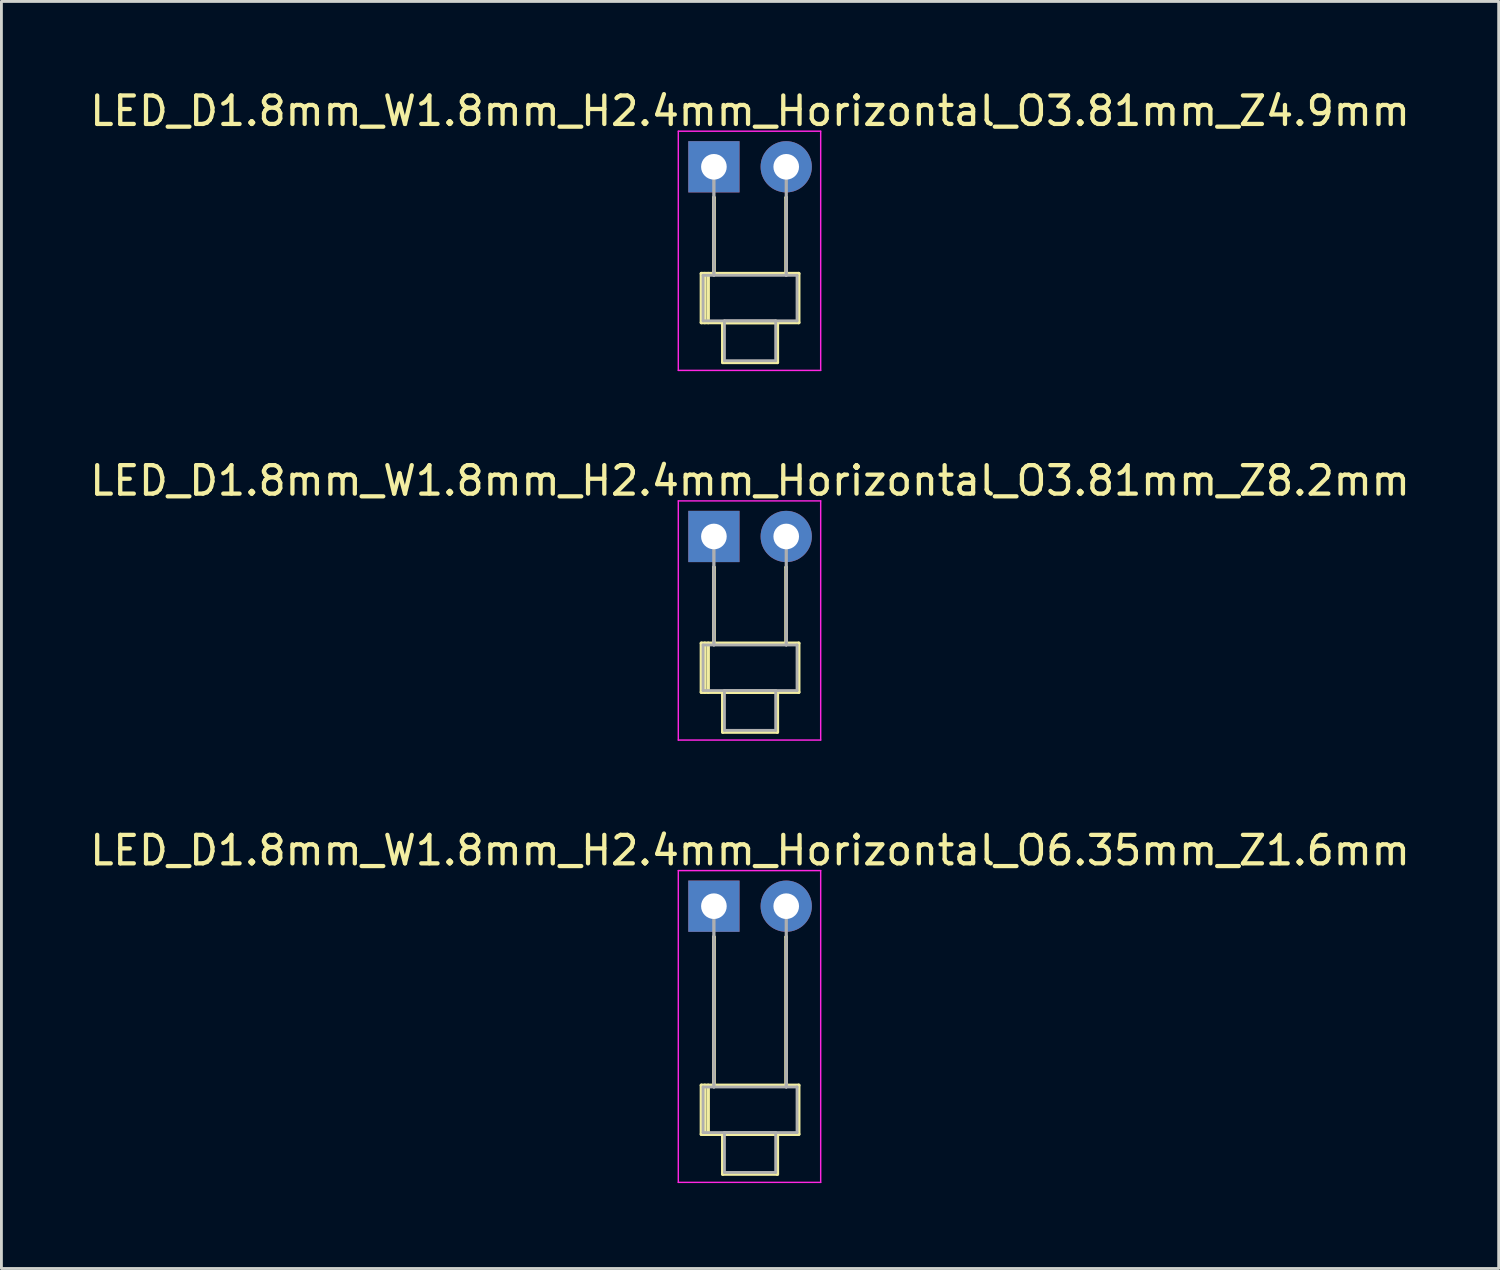
<source format=kicad_pcb>
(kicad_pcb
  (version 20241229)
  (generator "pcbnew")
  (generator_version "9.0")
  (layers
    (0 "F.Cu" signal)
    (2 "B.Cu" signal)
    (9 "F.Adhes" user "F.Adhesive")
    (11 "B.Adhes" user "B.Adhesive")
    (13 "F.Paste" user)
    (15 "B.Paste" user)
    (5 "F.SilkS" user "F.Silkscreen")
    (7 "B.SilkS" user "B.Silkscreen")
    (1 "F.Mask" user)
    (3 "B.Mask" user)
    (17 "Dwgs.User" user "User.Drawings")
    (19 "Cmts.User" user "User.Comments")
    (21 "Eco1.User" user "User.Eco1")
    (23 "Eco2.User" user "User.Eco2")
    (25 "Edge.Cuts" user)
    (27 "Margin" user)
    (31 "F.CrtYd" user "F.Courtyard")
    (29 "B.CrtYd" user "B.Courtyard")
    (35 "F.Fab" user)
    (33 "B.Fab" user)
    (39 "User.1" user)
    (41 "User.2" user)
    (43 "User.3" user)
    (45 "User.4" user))
  (footprint "LED_D1.8mm_W1.8mm_H2.4mm_Horizontal_O3.81mm_Z8.2mm"
    (layer "F.Cu")
    (at 22.022 15.791)
    (property "Reference" "LED_D1.8mm_W1.8mm_H2.4mm_Horizontal_O3.81mm_Z8.2mm" (at 1.27 -1.96 0) (layer "F.SilkS") (effects (font (size 1 1) (thickness 0.15))))
    (attr through_hole)
    (fp_line (start -0.44 3.75) (end -0.44 5.47) (stroke (width 0.12) (type solid)) (layer "F.SilkS"))
    (fp_line (start -0.44 5.47) (end 2.98 5.47) (stroke (width 0.12) (type solid)) (layer "F.SilkS"))
    (fp_line (start -0.32 3.75) (end -0.32 5.47) (stroke (width 0.12) (type solid)) (layer "F.SilkS"))
    (fp_line (start -0.2 3.75) (end -0.2 5.47) (stroke (width 0.12) (type solid)) (layer "F.SilkS"))
    (fp_line (start 0 1.08) (end 0 1.08) (stroke (width 0.12) (type solid)) (layer "F.SilkS"))
    (fp_line (start 0 1.08) (end 0 3.75) (stroke (width 0.12) (type solid)) (layer "F.SilkS"))
    (fp_line (start 0 3.75) (end 0 1.08) (stroke (width 0.12) (type solid)) (layer "F.SilkS"))
    (fp_line (start 0 3.75) (end 0 3.75) (stroke (width 0.12) (type solid)) (layer "F.SilkS"))
    (fp_line (start 0.31 5.47) (end 0.31 6.87) (stroke (width 0.12) (type solid)) (layer "F.SilkS"))
    (fp_line (start 0.31 6.87) (end 2.23 6.87) (stroke (width 0.12) (type solid)) (layer "F.SilkS"))
    (fp_line (start 2.23 5.47) (end 0.31 5.47) (stroke (width 0.12) (type solid)) (layer "F.SilkS"))
    (fp_line (start 2.23 6.87) (end 2.23 5.47) (stroke (width 0.12) (type solid)) (layer "F.SilkS"))
    (fp_line (start 2.54 1.08) (end 2.54 1.08) (stroke (width 0.12) (type solid)) (layer "F.SilkS"))
    (fp_line (start 2.54 1.08) (end 2.54 3.75) (stroke (width 0.12) (type solid)) (layer "F.SilkS"))
    (fp_line (start 2.54 3.75) (end 2.54 1.08) (stroke (width 0.12) (type solid)) (layer "F.SilkS"))
    (fp_line (start 2.54 3.75) (end 2.54 3.75) (stroke (width 0.12) (type solid)) (layer "F.SilkS"))
    (fp_line (start 2.98 3.75) (end -0.44 3.75) (stroke (width 0.12) (type solid)) (layer "F.SilkS"))
    (fp_line (start 2.98 5.47) (end 2.98 3.75) (stroke (width 0.12) (type solid)) (layer "F.SilkS"))
    (fp_line (start -1.25 -1.25) (end -1.25 7.15) (stroke (width 0.05) (type solid)) (layer "F.CrtYd"))
    (fp_line (start -1.25 7.15) (end 3.75 7.15) (stroke (width 0.05) (type solid)) (layer "F.CrtYd"))
    (fp_line (start 3.75 -1.25) (end -1.25 -1.25) (stroke (width 0.05) (type solid)) (layer "F.CrtYd"))
    (fp_line (start 3.75 7.15) (end 3.75 -1.25) (stroke (width 0.05) (type solid)) (layer "F.CrtYd"))
    (fp_line (start -0.38 3.81) (end -0.38 5.41) (stroke (width 0.1) (type solid)) (layer "F.Fab"))
    (fp_line (start -0.38 5.41) (end 2.92 5.41) (stroke (width 0.1) (type solid)) (layer "F.Fab"))
    (fp_line (start 0 0) (end 0 0) (stroke (width 0.1) (type solid)) (layer "F.Fab"))
    (fp_line (start 0 0) (end 0 3.81) (stroke (width 0.1) (type solid)) (layer "F.Fab"))
    (fp_line (start 0 3.81) (end 0 0) (stroke (width 0.1) (type solid)) (layer "F.Fab"))
    (fp_line (start 0 3.81) (end 0 3.81) (stroke (width 0.1) (type solid)) (layer "F.Fab"))
    (fp_line (start 0.37 5.41) (end 0.37 6.81) (stroke (width 0.1) (type solid)) (layer "F.Fab"))
    (fp_line (start 0.37 6.81) (end 2.17 6.81) (stroke (width 0.1) (type solid)) (layer "F.Fab"))
    (fp_line (start 2.17 5.41) (end 0.37 5.41) (stroke (width 0.1) (type solid)) (layer "F.Fab"))
    (fp_line (start 2.17 6.81) (end 2.17 5.41) (stroke (width 0.1) (type solid)) (layer "F.Fab"))
    (fp_line (start 2.54 0) (end 2.54 0) (stroke (width 0.1) (type solid)) (layer "F.Fab"))
    (fp_line (start 2.54 0) (end 2.54 3.81) (stroke (width 0.1) (type solid)) (layer "F.Fab"))
    (fp_line (start 2.54 3.81) (end 2.54 0) (stroke (width 0.1) (type solid)) (layer "F.Fab"))
    (fp_line (start 2.54 3.81) (end 2.54 3.81) (stroke (width 0.1) (type solid)) (layer "F.Fab"))
    (fp_line (start 2.92 3.81) (end -0.38 3.81) (stroke (width 0.1) (type solid)) (layer "F.Fab"))
    (fp_line (start 2.92 5.41) (end 2.92 3.81) (stroke (width 0.1) (type solid)) (layer "F.Fab"))
    (pad "1" thru_hole rect (at 0 0) (size 1.8 1.8) (drill 0.9) (layers "*.Cu" "*.Mask"))
    (pad "2" thru_hole circle (at 2.54 0) (size 1.8 1.8) (drill 0.9) (layers "*.Cu" "*.Mask")))
  (footprint "LED_D1.8mm_W1.8mm_H2.4mm_Horizontal_O3.81mm_Z4.9mm"
    (layer "F.Cu")
    (at 22.022 2.808)
    (property "Reference" "LED_D1.8mm_W1.8mm_H2.4mm_Horizontal_O3.81mm_Z4.9mm" (at 1.27 -1.96 0) (layer "F.SilkS") (effects (font (size 1 1) (thickness 0.15))))
    (attr through_hole)
    (fp_line (start -0.44 3.75) (end -0.44 5.47) (stroke (width 0.12) (type solid)) (layer "F.SilkS"))
    (fp_line (start -0.44 5.47) (end 2.98 5.47) (stroke (width 0.12) (type solid)) (layer "F.SilkS"))
    (fp_line (start -0.32 3.75) (end -0.32 5.47) (stroke (width 0.12) (type solid)) (layer "F.SilkS"))
    (fp_line (start -0.2 3.75) (end -0.2 5.47) (stroke (width 0.12) (type solid)) (layer "F.SilkS"))
    (fp_line (start 0 1.08) (end 0 1.08) (stroke (width 0.12) (type solid)) (layer "F.SilkS"))
    (fp_line (start 0 1.08) (end 0 3.75) (stroke (width 0.12) (type solid)) (layer "F.SilkS"))
    (fp_line (start 0 3.75) (end 0 1.08) (stroke (width 0.12) (type solid)) (layer "F.SilkS"))
    (fp_line (start 0 3.75) (end 0 3.75) (stroke (width 0.12) (type solid)) (layer "F.SilkS"))
    (fp_line (start 0.31 5.47) (end 0.31 6.87) (stroke (width 0.12) (type solid)) (layer "F.SilkS"))
    (fp_line (start 0.31 6.87) (end 2.23 6.87) (stroke (width 0.12) (type solid)) (layer "F.SilkS"))
    (fp_line (start 2.23 5.47) (end 0.31 5.47) (stroke (width 0.12) (type solid)) (layer "F.SilkS"))
    (fp_line (start 2.23 6.87) (end 2.23 5.47) (stroke (width 0.12) (type solid)) (layer "F.SilkS"))
    (fp_line (start 2.54 1.08) (end 2.54 1.08) (stroke (width 0.12) (type solid)) (layer "F.SilkS"))
    (fp_line (start 2.54 1.08) (end 2.54 3.75) (stroke (width 0.12) (type solid)) (layer "F.SilkS"))
    (fp_line (start 2.54 3.75) (end 2.54 1.08) (stroke (width 0.12) (type solid)) (layer "F.SilkS"))
    (fp_line (start 2.54 3.75) (end 2.54 3.75) (stroke (width 0.12) (type solid)) (layer "F.SilkS"))
    (fp_line (start 2.98 3.75) (end -0.44 3.75) (stroke (width 0.12) (type solid)) (layer "F.SilkS"))
    (fp_line (start 2.98 5.47) (end 2.98 3.75) (stroke (width 0.12) (type solid)) (layer "F.SilkS"))
    (fp_line (start -1.25 -1.25) (end -1.25 7.15) (stroke (width 0.05) (type solid)) (layer "F.CrtYd"))
    (fp_line (start -1.25 7.15) (end 3.75 7.15) (stroke (width 0.05) (type solid)) (layer "F.CrtYd"))
    (fp_line (start 3.75 -1.25) (end -1.25 -1.25) (stroke (width 0.05) (type solid)) (layer "F.CrtYd"))
    (fp_line (start 3.75 7.15) (end 3.75 -1.25) (stroke (width 0.05) (type solid)) (layer "F.CrtYd"))
    (fp_line (start -0.38 3.81) (end -0.38 5.41) (stroke (width 0.1) (type solid)) (layer "F.Fab"))
    (fp_line (start -0.38 5.41) (end 2.92 5.41) (stroke (width 0.1) (type solid)) (layer "F.Fab"))
    (fp_line (start 0 0) (end 0 0) (stroke (width 0.1) (type solid)) (layer "F.Fab"))
    (fp_line (start 0 0) (end 0 3.81) (stroke (width 0.1) (type solid)) (layer "F.Fab"))
    (fp_line (start 0 3.81) (end 0 0) (stroke (width 0.1) (type solid)) (layer "F.Fab"))
    (fp_line (start 0 3.81) (end 0 3.81) (stroke (width 0.1) (type solid)) (layer "F.Fab"))
    (fp_line (start 0.37 5.41) (end 0.37 6.81) (stroke (width 0.1) (type solid)) (layer "F.Fab"))
    (fp_line (start 0.37 6.81) (end 2.17 6.81) (stroke (width 0.1) (type solid)) (layer "F.Fab"))
    (fp_line (start 2.17 5.41) (end 0.37 5.41) (stroke (width 0.1) (type solid)) (layer "F.Fab"))
    (fp_line (start 2.17 6.81) (end 2.17 5.41) (stroke (width 0.1) (type solid)) (layer "F.Fab"))
    (fp_line (start 2.54 0) (end 2.54 0) (stroke (width 0.1) (type solid)) (layer "F.Fab"))
    (fp_line (start 2.54 0) (end 2.54 3.81) (stroke (width 0.1) (type solid)) (layer "F.Fab"))
    (fp_line (start 2.54 3.81) (end 2.54 0) (stroke (width 0.1) (type solid)) (layer "F.Fab"))
    (fp_line (start 2.54 3.81) (end 2.54 3.81) (stroke (width 0.1) (type solid)) (layer "F.Fab"))
    (fp_line (start 2.92 3.81) (end -0.38 3.81) (stroke (width 0.1) (type solid)) (layer "F.Fab"))
    (fp_line (start 2.92 5.41) (end 2.92 3.81) (stroke (width 0.1) (type solid)) (layer "F.Fab"))
    (pad "1" thru_hole rect (at 0 0) (size 1.8 1.8) (drill 0.9) (layers "*.Cu" "*.Mask"))
    (pad "2" thru_hole circle (at 2.54 0) (size 1.8 1.8) (drill 0.9) (layers "*.Cu" "*.Mask")))
  (footprint "LED_D1.8mm_W1.8mm_H2.4mm_Horizontal_O6.35mm_Z1.6mm"
    (layer "F.Cu")
    (at 22.022 28.775)
    (property "Reference" "LED_D1.8mm_W1.8mm_H2.4mm_Horizontal_O6.35mm_Z1.6mm" (at 1.27 -1.96 0) (layer "F.SilkS") (effects (font (size 1 1) (thickness 0.15))))
    (attr through_hole)
    (fp_line (start -0.44 6.29) (end -0.44 8.01) (stroke (width 0.12) (type solid)) (layer "F.SilkS"))
    (fp_line (start -0.44 8.01) (end 2.98 8.01) (stroke (width 0.12) (type solid)) (layer "F.SilkS"))
    (fp_line (start -0.32 6.29) (end -0.32 8.01) (stroke (width 0.12) (type solid)) (layer "F.SilkS"))
    (fp_line (start -0.2 6.29) (end -0.2 8.01) (stroke (width 0.12) (type solid)) (layer "F.SilkS"))
    (fp_line (start 0 1.08) (end 0 1.08) (stroke (width 0.12) (type solid)) (layer "F.SilkS"))
    (fp_line (start 0 1.08) (end 0 6.29) (stroke (width 0.12) (type solid)) (layer "F.SilkS"))
    (fp_line (start 0 6.29) (end 0 1.08) (stroke (width 0.12) (type solid)) (layer "F.SilkS"))
    (fp_line (start 0 6.29) (end 0 6.29) (stroke (width 0.12) (type solid)) (layer "F.SilkS"))
    (fp_line (start 0.31 8.01) (end 0.31 9.41) (stroke (width 0.12) (type solid)) (layer "F.SilkS"))
    (fp_line (start 0.31 9.41) (end 2.23 9.41) (stroke (width 0.12) (type solid)) (layer "F.SilkS"))
    (fp_line (start 2.23 8.01) (end 0.31 8.01) (stroke (width 0.12) (type solid)) (layer "F.SilkS"))
    (fp_line (start 2.23 9.41) (end 2.23 8.01) (stroke (width 0.12) (type solid)) (layer "F.SilkS"))
    (fp_line (start 2.54 1.08) (end 2.54 1.08) (stroke (width 0.12) (type solid)) (layer "F.SilkS"))
    (fp_line (start 2.54 1.08) (end 2.54 6.29) (stroke (width 0.12) (type solid)) (layer "F.SilkS"))
    (fp_line (start 2.54 6.29) (end 2.54 1.08) (stroke (width 0.12) (type solid)) (layer "F.SilkS"))
    (fp_line (start 2.54 6.29) (end 2.54 6.29) (stroke (width 0.12) (type solid)) (layer "F.SilkS"))
    (fp_line (start 2.98 6.29) (end -0.44 6.29) (stroke (width 0.12) (type solid)) (layer "F.SilkS"))
    (fp_line (start 2.98 8.01) (end 2.98 6.29) (stroke (width 0.12) (type solid)) (layer "F.SilkS"))
    (fp_line (start -1.25 -1.25) (end -1.25 9.7) (stroke (width 0.05) (type solid)) (layer "F.CrtYd"))
    (fp_line (start -1.25 9.7) (end 3.75 9.7) (stroke (width 0.05) (type solid)) (layer "F.CrtYd"))
    (fp_line (start 3.75 -1.25) (end -1.25 -1.25) (stroke (width 0.05) (type solid)) (layer "F.CrtYd"))
    (fp_line (start 3.75 9.7) (end 3.75 -1.25) (stroke (width 0.05) (type solid)) (layer "F.CrtYd"))
    (fp_line (start -0.38 6.35) (end -0.38 7.95) (stroke (width 0.1) (type solid)) (layer "F.Fab"))
    (fp_line (start -0.38 7.95) (end 2.92 7.95) (stroke (width 0.1) (type solid)) (layer "F.Fab"))
    (fp_line (start 0 0) (end 0 0) (stroke (width 0.1) (type solid)) (layer "F.Fab"))
    (fp_line (start 0 0) (end 0 6.35) (stroke (width 0.1) (type solid)) (layer "F.Fab"))
    (fp_line (start 0 6.35) (end 0 0) (stroke (width 0.1) (type solid)) (layer "F.Fab"))
    (fp_line (start 0 6.35) (end 0 6.35) (stroke (width 0.1) (type solid)) (layer "F.Fab"))
    (fp_line (start 0.37 7.95) (end 0.37 9.35) (stroke (width 0.1) (type solid)) (layer "F.Fab"))
    (fp_line (start 0.37 9.35) (end 2.17 9.35) (stroke (width 0.1) (type solid)) (layer "F.Fab"))
    (fp_line (start 2.17 7.95) (end 0.37 7.95) (stroke (width 0.1) (type solid)) (layer "F.Fab"))
    (fp_line (start 2.17 9.35) (end 2.17 7.95) (stroke (width 0.1) (type solid)) (layer "F.Fab"))
    (fp_line (start 2.54 0) (end 2.54 0) (stroke (width 0.1) (type solid)) (layer "F.Fab"))
    (fp_line (start 2.54 0) (end 2.54 6.35) (stroke (width 0.1) (type solid)) (layer "F.Fab"))
    (fp_line (start 2.54 6.35) (end 2.54 0) (stroke (width 0.1) (type solid)) (layer "F.Fab"))
    (fp_line (start 2.54 6.35) (end 2.54 6.35) (stroke (width 0.1) (type solid)) (layer "F.Fab"))
    (fp_line (start 2.92 6.35) (end -0.38 6.35) (stroke (width 0.1) (type solid)) (layer "F.Fab"))
    (fp_line (start 2.92 7.95) (end 2.92 6.35) (stroke (width 0.1) (type solid)) (layer "F.Fab"))
    (pad "1" thru_hole rect (at 0 0) (size 1.8 1.8) (drill 0.9) (layers "*.Cu" "*.Mask"))
    (pad "2" thru_hole circle (at 2.54 0) (size 1.8 1.8) (drill 0.9) (layers "*.Cu" "*.Mask")))
  (gr_rect
    (start -3 -3)
    (end 49.583 41.5)
    (stroke (width 0.1) (type default))
    (fill no)
    (layer "Edge.Cuts")))
</source>
